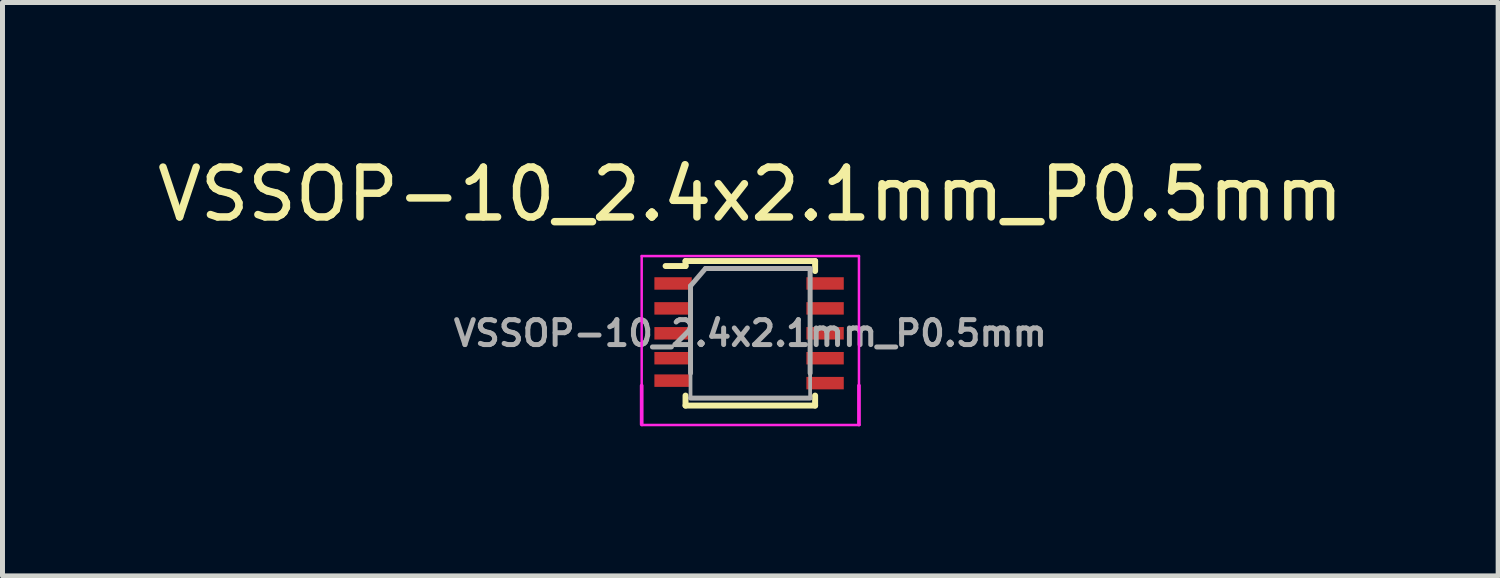
<source format=kicad_pcb>
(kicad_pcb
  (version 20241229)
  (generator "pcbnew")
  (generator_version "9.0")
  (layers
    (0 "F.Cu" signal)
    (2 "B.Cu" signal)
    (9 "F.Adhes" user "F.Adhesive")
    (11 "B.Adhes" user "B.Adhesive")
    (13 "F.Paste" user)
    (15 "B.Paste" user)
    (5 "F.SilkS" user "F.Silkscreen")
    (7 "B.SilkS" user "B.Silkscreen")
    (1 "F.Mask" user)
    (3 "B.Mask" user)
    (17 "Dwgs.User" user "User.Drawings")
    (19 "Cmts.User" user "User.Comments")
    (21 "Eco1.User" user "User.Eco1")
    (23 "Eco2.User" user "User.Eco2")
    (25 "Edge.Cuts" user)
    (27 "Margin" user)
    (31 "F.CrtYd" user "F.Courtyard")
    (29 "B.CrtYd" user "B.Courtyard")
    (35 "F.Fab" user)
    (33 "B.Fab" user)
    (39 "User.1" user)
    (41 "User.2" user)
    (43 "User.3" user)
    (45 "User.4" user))
  (footprint "VSSOP-10_2.4x2.1mm_P0.5mm"
    (layer "F.Cu")
    (at 12.006 3.388)
    (property "Reference" "VSSOP-10_2.4x2.1mm_P0.5mm" (at 0 -2.54 0) (layer "F.SilkS") (effects (font (size 1 1) (thickness 0.15))))
    (attr smd)
    (fp_line (start -1.3 -1.2) (end -1.3 -1.1) (stroke (width 0.12) (type solid)) (layer "F.SilkS"))
    (fp_line (start -1.3 -1.1) (end -1.7 -1.1) (stroke (width 0.12) (type solid)) (layer "F.SilkS"))
    (fp_line (start -1.3 1.7) (end -1.3 1.5) (stroke (width 0.12) (type solid)) (layer "F.SilkS"))
    (fp_line (start -1.3 1.7) (end 1.3 1.7) (stroke (width 0.12) (type solid)) (layer "F.SilkS"))
    (fp_line (start 1.3 -1.2) (end -1.3 -1.2) (stroke (width 0.12) (type solid)) (layer "F.SilkS"))
    (fp_line (start 1.3 -1) (end 1.3 -1.2) (stroke (width 0.12) (type solid)) (layer "F.SilkS"))
    (fp_line (start 1.3 1.7) (end 1.3 1.5) (stroke (width 0.12) (type solid)) (layer "F.SilkS"))
    (fp_line (start -2.18 -1.3) (end 2.18 -1.3) (stroke (width 0.05) (type solid)) (layer "F.CrtYd"))
    (fp_line (start -2.18 1.3) (end -2.18 -1.3) (stroke (width 0.05) (type solid)) (layer "F.CrtYd"))
    (fp_line (start -2.18 1.3) (end -2.18 2.08) (stroke (width 0.075) (type solid)) (layer "F.CrtYd"))
    (fp_line (start 2.18 -1.3) (end 2.18 1.3) (stroke (width 0.05) (type solid)) (layer "F.CrtYd"))
    (fp_line (start 2.18 1.3) (end 2.18 2.08) (stroke (width 0.075) (type solid)) (layer "F.CrtYd"))
    (fp_line (start 2.19 2.09) (end -2.17 2.09) (stroke (width 0.05) (type solid)) (layer "F.CrtYd"))
    (fp_line (start -1.2 -0.7) (end -1.2 1.05) (stroke (width 0.1) (type solid)) (layer "F.Fab"))
    (fp_line (start -1.2 1.05) (end -1.2 1.55) (stroke (width 0.075) (type solid)) (layer "F.Fab"))
    (fp_line (start -1.2 1.55) (end 1.2 1.55) (stroke (width 0.1) (type solid)) (layer "F.Fab"))
    (fp_line (start -0.9 -1.05) (end -1.2 -0.7) (stroke (width 0.1) (type solid)) (layer "F.Fab"))
    (fp_line (start 1.2 -1.05) (end -0.9 -1.05) (stroke (width 0.1) (type solid)) (layer "F.Fab"))
    (fp_line (start 1.2 1.05) (end 1.2 -1.05) (stroke (width 0.1) (type solid)) (layer "F.Fab"))
    (fp_line (start 1.2 1.05) (end 1.2 1.55) (stroke (width 0.075) (type solid)) (layer "F.Fab"))
    (fp_text user "${REFERENCE}" (at 0 0.25 0) (layer "F.Fab") (effects (font (size 0.5 0.5) (thickness 0.1))))
    (pad "1" smd rect (at -1.55 -0.75) (size 0.75 0.25) (layers "F.Cu" "F.Mask" "F.Paste"))
    (pad "2" smd rect (at -1.55 -0.25) (size 0.75 0.25) (layers "F.Cu" "F.Mask" "F.Paste"))
    (pad "3" smd rect (at -1.55 0.25) (size 0.75 0.25) (layers "F.Cu" "F.Mask" "F.Paste"))
    (pad "4" smd rect (at -1.55 0.75) (size 0.75 0.25) (layers "F.Cu" "F.Mask" "F.Paste"))
    (pad "5" smd rect (at -1.55 1.2 180) (size 0.75 0.25) (layers "F.Cu" "F.Mask" "F.Paste"))
    (pad "6" smd rect (at 1.5 1.25) (size 0.75 0.25) (layers "F.Cu" "F.Mask" "F.Paste"))
    (pad "7" smd rect (at 1.5 0.75) (size 0.75 0.25) (layers "F.Cu" "F.Mask" "F.Paste"))
    (pad "8" smd rect (at 1.5 0.25) (size 0.75 0.25) (layers "F.Cu" "F.Mask" "F.Paste"))
    (pad "9" smd rect (at 1.5 -0.25) (size 0.75 0.25) (layers "F.Cu" "F.Mask" "F.Paste"))
    (pad "10" smd rect (at 1.5 -0.75) (size 0.75 0.25) (layers "F.Cu" "F.Mask" "F.Paste")))
  (gr_rect
    (start -3 -3)
    (end 27.012 8.506)
    (stroke (width 0.1) (type default))
    (fill no)
    (layer "Edge.Cuts")))
</source>
